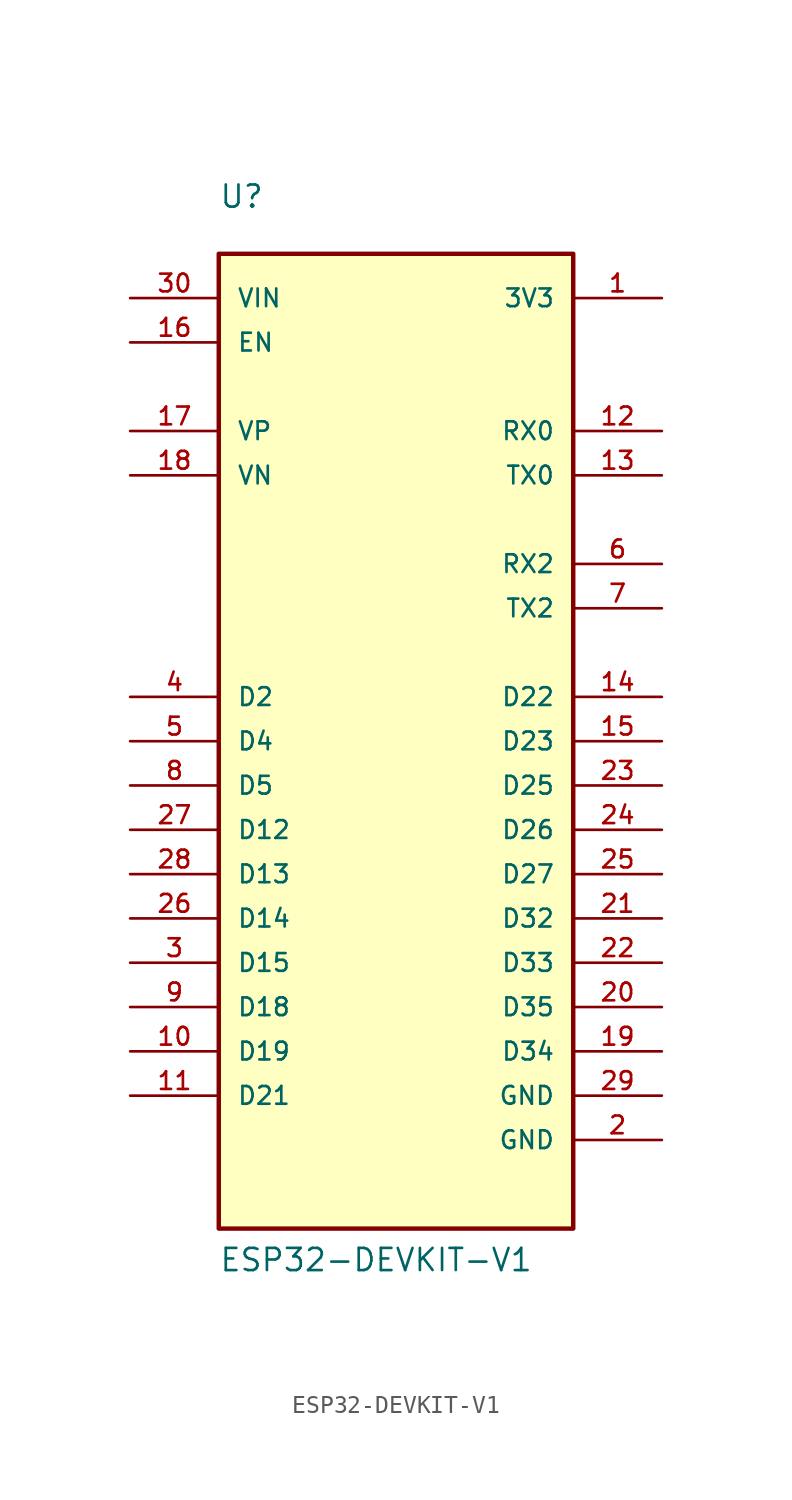
<source format=kicad_sym>
(kicad_symbol_lib
  (version 20211014)
  (generator kicad_symbol_editor)
  (symbol "ESP32-DEVKIT-V1"
    (pin_names
      (offset 1.016))
    (property "Reference" "U"
      (at -10.16 30.48 0)
      (effects (font (size 1.27 1.27)) (justify left bottom)))
    (property "Value" "ESP32-DEVKIT-V1"
      (at -10.16 -30.48 0)
      (effects (font (size 1.27 1.27)) (justify left bottom)))
    (property "ki_locked" ""
      (at 0 0 0)
      (effects (font (size 1.27 1.27))))
    (symbol "ESP32-DEVKIT-V1_0_0"
      (rectangle (start -10.16 -27.94) (end 10.16 27.94) (stroke (width 0.254) (type default) (color 0 0 0 0)) (fill (type background)))
      (pin output line (at 15.24 25.4 180) (length 5.08) (name "3V3" (effects (font (size 1.016 1.016)))) (number "1" (effects (font (size 1.016 1.016)))))
      (pin bidirectional line (at -15.24 -17.78 0) (length 5.08) (name "D19" (effects (font (size 1.016 1.016)))) (number "10" (effects (font (size 1.016 1.016)))))
      (pin bidirectional line (at -15.24 -20.32 0) (length 5.08) (name "D21" (effects (font (size 1.016 1.016)))) (number "11" (effects (font (size 1.016 1.016)))))
      (pin input line (at 15.24 17.78 180) (length 5.08) (name "RX0" (effects (font (size 1.016 1.016)))) (number "12" (effects (font (size 1.016 1.016)))))
      (pin output line (at 15.24 15.24 180) (length 5.08) (name "TX0" (effects (font (size 1.016 1.016)))) (number "13" (effects (font (size 1.016 1.016)))))
      (pin bidirectional line (at 15.24 2.54 180) (length 5.08) (name "D22" (effects (font (size 1.016 1.016)))) (number "14" (effects (font (size 1.016 1.016)))))
      (pin bidirectional line (at 15.24 0 180) (length 5.08) (name "D23" (effects (font (size 1.016 1.016)))) (number "15" (effects (font (size 1.016 1.016)))))
      (pin input line (at -15.24 22.86 0) (length 5.08) (name "EN" (effects (font (size 1.016 1.016)))) (number "16" (effects (font (size 1.016 1.016)))))
      (pin bidirectional line (at -15.24 17.78 0) (length 5.08) (name "VP" (effects (font (size 1.016 1.016)))) (number "17" (effects (font (size 1.016 1.016)))))
      (pin bidirectional line (at -15.24 15.24 0) (length 5.08) (name "VN" (effects (font (size 1.016 1.016)))) (number "18" (effects (font (size 1.016 1.016)))))
      (pin bidirectional line (at 15.24 -17.78 180) (length 5.08) (name "D34" (effects (font (size 1.016 1.016)))) (number "19" (effects (font (size 1.016 1.016)))))
      (pin power_in line (at 15.24 -22.86 180) (length 5.08) (name "GND" (effects (font (size 1.016 1.016)))) (number "2" (effects (font (size 1.016 1.016)))))
      (pin bidirectional line (at 15.24 -15.24 180) (length 5.08) (name "D35" (effects (font (size 1.016 1.016)))) (number "20" (effects (font (size 1.016 1.016)))))
      (pin bidirectional line (at 15.24 -10.16 180) (length 5.08) (name "D32" (effects (font (size 1.016 1.016)))) (number "21" (effects (font (size 1.016 1.016)))))
      (pin bidirectional line (at 15.24 -12.7 180) (length 5.08) (name "D33" (effects (font (size 1.016 1.016)))) (number "22" (effects (font (size 1.016 1.016)))))
      (pin bidirectional line (at 15.24 -2.54 180) (length 5.08) (name "D25" (effects (font (size 1.016 1.016)))) (number "23" (effects (font (size 1.016 1.016)))))
      (pin bidirectional line (at 15.24 -5.08 180) (length 5.08) (name "D26" (effects (font (size 1.016 1.016)))) (number "24" (effects (font (size 1.016 1.016)))))
      (pin bidirectional line (at 15.24 -7.62 180) (length 5.08) (name "D27" (effects (font (size 1.016 1.016)))) (number "25" (effects (font (size 1.016 1.016)))))
      (pin bidirectional line (at -15.24 -10.16 0) (length 5.08) (name "D14" (effects (font (size 1.016 1.016)))) (number "26" (effects (font (size 1.016 1.016)))))
      (pin bidirectional line (at -15.24 -5.08 0) (length 5.08) (name "D12" (effects (font (size 1.016 1.016)))) (number "27" (effects (font (size 1.016 1.016)))))
      (pin bidirectional line (at -15.24 -7.62 0) (length 5.08) (name "D13" (effects (font (size 1.016 1.016)))) (number "28" (effects (font (size 1.016 1.016)))))
      (pin power_in line (at 15.24 -20.32 180) (length 5.08) (name "GND" (effects (font (size 1.016 1.016)))) (number "29" (effects (font (size 1.016 1.016)))))
      (pin bidirectional line (at -15.24 -12.7 0) (length 5.08) (name "D15" (effects (font (size 1.016 1.016)))) (number "3" (effects (font (size 1.016 1.016)))))
      (pin input line (at -15.24 25.4 0) (length 5.08) (name "VIN" (effects (font (size 1.016 1.016)))) (number "30" (effects (font (size 1.016 1.016)))))
      (pin bidirectional line (at -15.24 2.54 0) (length 5.08) (name "D2" (effects (font (size 1.016 1.016)))) (number "4" (effects (font (size 1.016 1.016)))))
      (pin bidirectional line (at -15.24 0 0) (length 5.08) (name "D4" (effects (font (size 1.016 1.016)))) (number "5" (effects (font (size 1.016 1.016)))))
      (pin input line (at 15.24 10.16 180) (length 5.08) (name "RX2" (effects (font (size 1.016 1.016)))) (number "6" (effects (font (size 1.016 1.016)))))
      (pin output line (at 15.24 7.62 180) (length 5.08) (name "TX2" (effects (font (size 1.016 1.016)))) (number "7" (effects (font (size 1.016 1.016)))))
      (pin bidirectional line (at -15.24 -2.54 0) (length 5.08) (name "D5" (effects (font (size 1.016 1.016)))) (number "8" (effects (font (size 1.016 1.016)))))
      (pin bidirectional line (at -15.24 -15.24 0) (length 5.08) (name "D18" (effects (font (size 1.016 1.016)))) (number "9" (effects (font (size 1.016 1.016))))))))
</source>
